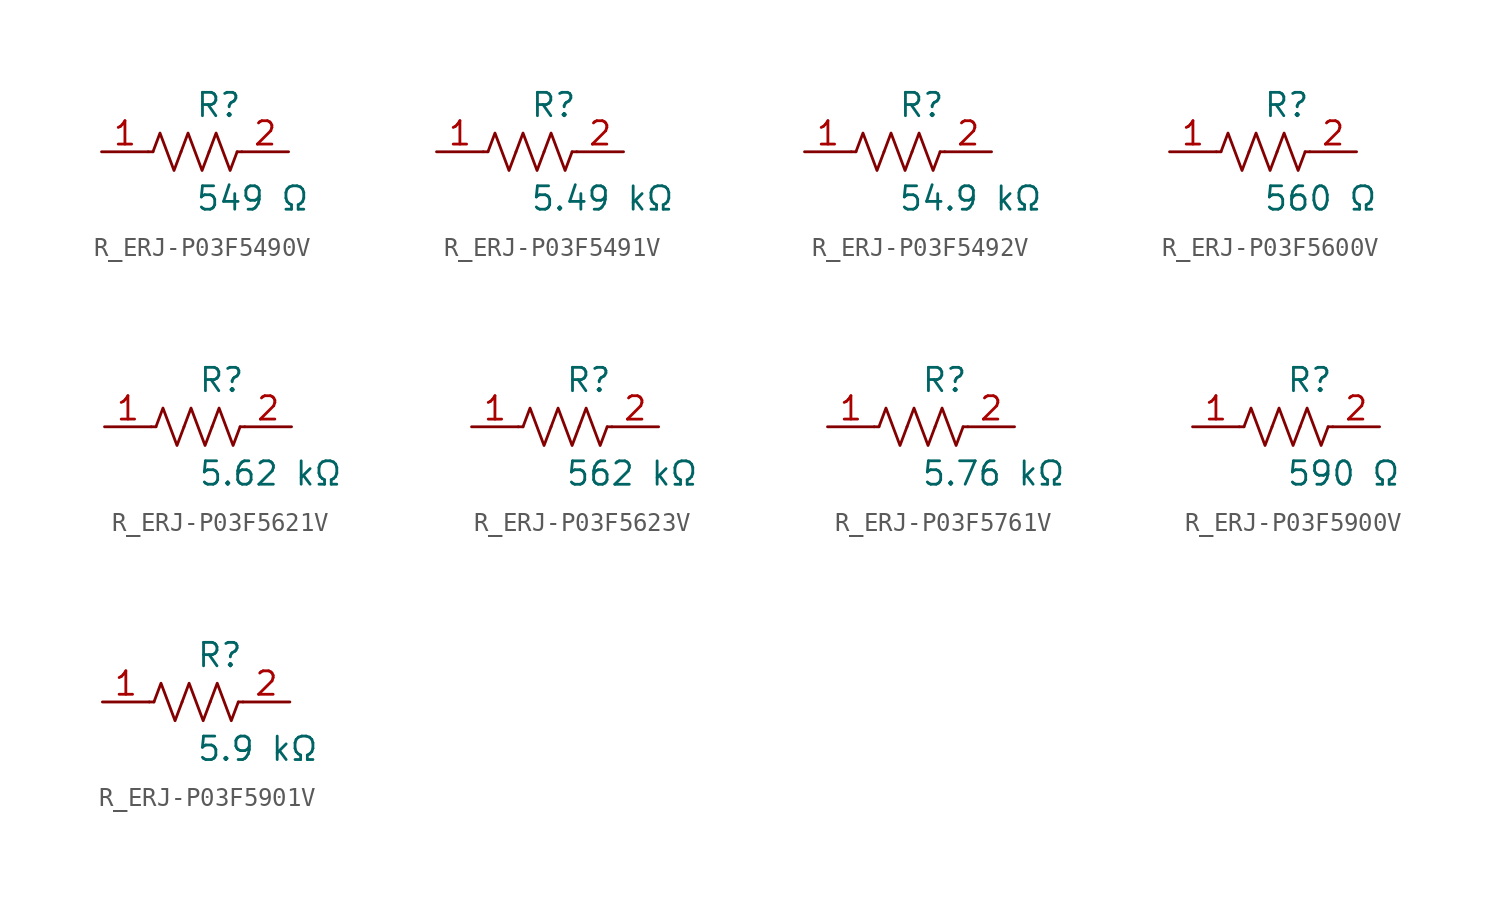
<source format=kicad_sym>
(kicad_symbol_lib
  (version 20231120)
  (generator kicad_symbol_editor)
  (generator_version 8.0)
  (symbol "R_ERJ-P03F5490V"
    (pin_names
      (offset 0.254))
    (property "Reference" "R"
      (at 0.0 2.54 0)
      (effects (font (size 1.27 1.27)) (justify left)))
    (property "Value" "549 Ω"
      (at 0.0 -2.54 0)
      (effects (font (size 1.27 1.27)) (justify left)))
    (symbol "R_ERJ-P03F5490V_0_1"
      (polyline (pts (xy 2.286 0) (xy 2.54 0)) (stroke (width 0) (type default)) (fill (type none)))
      (polyline (pts (xy -2.286 0) (xy -2.54 0)) (stroke (width 0) (type default)) (fill (type none)))
      (polyline (pts (xy 0.762 0) (xy 1.143 1.016) (xy 1.524 0) (xy 1.905 -1.016) (xy 2.286 0)) (stroke (width 0) (type default)) (fill (type none)))
      (polyline (pts (xy -0.762 0) (xy -0.381 1.016) (xy 0 0) (xy 0.381 -1.016) (xy 0.762 0)) (stroke (width 0) (type default)) (fill (type none)))
      (polyline (pts (xy -2.286 0) (xy -1.905 1.016) (xy -1.524 0) (xy -1.143 -1.016) (xy -0.762 0)) (stroke (width 0) (type default)) (fill (type none))))
    (pin unspecified line
      (at -5.08 0 0)
      (length 2.54)
      (name "" (effects (font (size 1.27 1.27))))
      (number "1" (effects (font (size 1.27 1.27)))))
    (pin unspecified line
      (at 5.08 0 180)
      (length 2.54)
      (name "" (effects (font (size 1.27 1.27))))
      (number "2" (effects (font (size 1.27 1.27))))))
  (symbol "R_ERJ-P03F5491V"
    (pin_names
      (offset 0.254))
    (property "Reference" "R"
      (at 0.0 2.54 0)
      (effects (font (size 1.27 1.27)) (justify left)))
    (property "Value" "5.49 kΩ"
      (at 0.0 -2.54 0)
      (effects (font (size 1.27 1.27)) (justify left)))
    (symbol "R_ERJ-P03F5491V_0_1"
      (polyline (pts (xy 2.286 0) (xy 2.54 0)) (stroke (width 0) (type default)) (fill (type none)))
      (polyline (pts (xy -2.286 0) (xy -2.54 0)) (stroke (width 0) (type default)) (fill (type none)))
      (polyline (pts (xy 0.762 0) (xy 1.143 1.016) (xy 1.524 0) (xy 1.905 -1.016) (xy 2.286 0)) (stroke (width 0) (type default)) (fill (type none)))
      (polyline (pts (xy -0.762 0) (xy -0.381 1.016) (xy 0 0) (xy 0.381 -1.016) (xy 0.762 0)) (stroke (width 0) (type default)) (fill (type none)))
      (polyline (pts (xy -2.286 0) (xy -1.905 1.016) (xy -1.524 0) (xy -1.143 -1.016) (xy -0.762 0)) (stroke (width 0) (type default)) (fill (type none))))
    (pin unspecified line
      (at -5.08 0 0)
      (length 2.54)
      (name "" (effects (font (size 1.27 1.27))))
      (number "1" (effects (font (size 1.27 1.27)))))
    (pin unspecified line
      (at 5.08 0 180)
      (length 2.54)
      (name "" (effects (font (size 1.27 1.27))))
      (number "2" (effects (font (size 1.27 1.27))))))
  (symbol "R_ERJ-P03F5492V"
    (pin_names
      (offset 0.254))
    (property "Reference" "R"
      (at 0.0 2.54 0)
      (effects (font (size 1.27 1.27)) (justify left)))
    (property "Value" "54.9 kΩ"
      (at 0.0 -2.54 0)
      (effects (font (size 1.27 1.27)) (justify left)))
    (symbol "R_ERJ-P03F5492V_0_1"
      (polyline (pts (xy 2.286 0) (xy 2.54 0)) (stroke (width 0) (type default)) (fill (type none)))
      (polyline (pts (xy -2.286 0) (xy -2.54 0)) (stroke (width 0) (type default)) (fill (type none)))
      (polyline (pts (xy 0.762 0) (xy 1.143 1.016) (xy 1.524 0) (xy 1.905 -1.016) (xy 2.286 0)) (stroke (width 0) (type default)) (fill (type none)))
      (polyline (pts (xy -0.762 0) (xy -0.381 1.016) (xy 0 0) (xy 0.381 -1.016) (xy 0.762 0)) (stroke (width 0) (type default)) (fill (type none)))
      (polyline (pts (xy -2.286 0) (xy -1.905 1.016) (xy -1.524 0) (xy -1.143 -1.016) (xy -0.762 0)) (stroke (width 0) (type default)) (fill (type none))))
    (pin unspecified line
      (at -5.08 0 0)
      (length 2.54)
      (name "" (effects (font (size 1.27 1.27))))
      (number "1" (effects (font (size 1.27 1.27)))))
    (pin unspecified line
      (at 5.08 0 180)
      (length 2.54)
      (name "" (effects (font (size 1.27 1.27))))
      (number "2" (effects (font (size 1.27 1.27))))))
  (symbol "R_ERJ-P03F5600V"
    (pin_names
      (offset 0.254))
    (property "Reference" "R"
      (at 0.0 2.54 0)
      (effects (font (size 1.27 1.27)) (justify left)))
    (property "Value" "560 Ω"
      (at 0.0 -2.54 0)
      (effects (font (size 1.27 1.27)) (justify left)))
    (symbol "R_ERJ-P03F5600V_0_1"
      (polyline (pts (xy 2.286 0) (xy 2.54 0)) (stroke (width 0) (type default)) (fill (type none)))
      (polyline (pts (xy -2.286 0) (xy -2.54 0)) (stroke (width 0) (type default)) (fill (type none)))
      (polyline (pts (xy 0.762 0) (xy 1.143 1.016) (xy 1.524 0) (xy 1.905 -1.016) (xy 2.286 0)) (stroke (width 0) (type default)) (fill (type none)))
      (polyline (pts (xy -0.762 0) (xy -0.381 1.016) (xy 0 0) (xy 0.381 -1.016) (xy 0.762 0)) (stroke (width 0) (type default)) (fill (type none)))
      (polyline (pts (xy -2.286 0) (xy -1.905 1.016) (xy -1.524 0) (xy -1.143 -1.016) (xy -0.762 0)) (stroke (width 0) (type default)) (fill (type none))))
    (pin unspecified line
      (at -5.08 0 0)
      (length 2.54)
      (name "" (effects (font (size 1.27 1.27))))
      (number "1" (effects (font (size 1.27 1.27)))))
    (pin unspecified line
      (at 5.08 0 180)
      (length 2.54)
      (name "" (effects (font (size 1.27 1.27))))
      (number "2" (effects (font (size 1.27 1.27))))))
  (symbol "R_ERJ-P03F5621V"
    (pin_names
      (offset 0.254))
    (property "Reference" "R"
      (at 0.0 2.54 0)
      (effects (font (size 1.27 1.27)) (justify left)))
    (property "Value" "5.62 kΩ"
      (at 0.0 -2.54 0)
      (effects (font (size 1.27 1.27)) (justify left)))
    (symbol "R_ERJ-P03F5621V_0_1"
      (polyline (pts (xy 2.286 0) (xy 2.54 0)) (stroke (width 0) (type default)) (fill (type none)))
      (polyline (pts (xy -2.286 0) (xy -2.54 0)) (stroke (width 0) (type default)) (fill (type none)))
      (polyline (pts (xy 0.762 0) (xy 1.143 1.016) (xy 1.524 0) (xy 1.905 -1.016) (xy 2.286 0)) (stroke (width 0) (type default)) (fill (type none)))
      (polyline (pts (xy -0.762 0) (xy -0.381 1.016) (xy 0 0) (xy 0.381 -1.016) (xy 0.762 0)) (stroke (width 0) (type default)) (fill (type none)))
      (polyline (pts (xy -2.286 0) (xy -1.905 1.016) (xy -1.524 0) (xy -1.143 -1.016) (xy -0.762 0)) (stroke (width 0) (type default)) (fill (type none))))
    (pin unspecified line
      (at -5.08 0 0)
      (length 2.54)
      (name "" (effects (font (size 1.27 1.27))))
      (number "1" (effects (font (size 1.27 1.27)))))
    (pin unspecified line
      (at 5.08 0 180)
      (length 2.54)
      (name "" (effects (font (size 1.27 1.27))))
      (number "2" (effects (font (size 1.27 1.27))))))
  (symbol "R_ERJ-P03F5623V"
    (pin_names
      (offset 0.254))
    (property "Reference" "R"
      (at 0.0 2.54 0)
      (effects (font (size 1.27 1.27)) (justify left)))
    (property "Value" "562 kΩ"
      (at 0.0 -2.54 0)
      (effects (font (size 1.27 1.27)) (justify left)))
    (symbol "R_ERJ-P03F5623V_0_1"
      (polyline (pts (xy 2.286 0) (xy 2.54 0)) (stroke (width 0) (type default)) (fill (type none)))
      (polyline (pts (xy -2.286 0) (xy -2.54 0)) (stroke (width 0) (type default)) (fill (type none)))
      (polyline (pts (xy 0.762 0) (xy 1.143 1.016) (xy 1.524 0) (xy 1.905 -1.016) (xy 2.286 0)) (stroke (width 0) (type default)) (fill (type none)))
      (polyline (pts (xy -0.762 0) (xy -0.381 1.016) (xy 0 0) (xy 0.381 -1.016) (xy 0.762 0)) (stroke (width 0) (type default)) (fill (type none)))
      (polyline (pts (xy -2.286 0) (xy -1.905 1.016) (xy -1.524 0) (xy -1.143 -1.016) (xy -0.762 0)) (stroke (width 0) (type default)) (fill (type none))))
    (pin unspecified line
      (at -5.08 0 0)
      (length 2.54)
      (name "" (effects (font (size 1.27 1.27))))
      (number "1" (effects (font (size 1.27 1.27)))))
    (pin unspecified line
      (at 5.08 0 180)
      (length 2.54)
      (name "" (effects (font (size 1.27 1.27))))
      (number "2" (effects (font (size 1.27 1.27))))))
  (symbol "R_ERJ-P03F5761V"
    (pin_names
      (offset 0.254))
    (property "Reference" "R"
      (at 0.0 2.54 0)
      (effects (font (size 1.27 1.27)) (justify left)))
    (property "Value" "5.76 kΩ"
      (at 0.0 -2.54 0)
      (effects (font (size 1.27 1.27)) (justify left)))
    (symbol "R_ERJ-P03F5761V_0_1"
      (polyline (pts (xy 2.286 0) (xy 2.54 0)) (stroke (width 0) (type default)) (fill (type none)))
      (polyline (pts (xy -2.286 0) (xy -2.54 0)) (stroke (width 0) (type default)) (fill (type none)))
      (polyline (pts (xy 0.762 0) (xy 1.143 1.016) (xy 1.524 0) (xy 1.905 -1.016) (xy 2.286 0)) (stroke (width 0) (type default)) (fill (type none)))
      (polyline (pts (xy -0.762 0) (xy -0.381 1.016) (xy 0 0) (xy 0.381 -1.016) (xy 0.762 0)) (stroke (width 0) (type default)) (fill (type none)))
      (polyline (pts (xy -2.286 0) (xy -1.905 1.016) (xy -1.524 0) (xy -1.143 -1.016) (xy -0.762 0)) (stroke (width 0) (type default)) (fill (type none))))
    (pin unspecified line
      (at -5.08 0 0)
      (length 2.54)
      (name "" (effects (font (size 1.27 1.27))))
      (number "1" (effects (font (size 1.27 1.27)))))
    (pin unspecified line
      (at 5.08 0 180)
      (length 2.54)
      (name "" (effects (font (size 1.27 1.27))))
      (number "2" (effects (font (size 1.27 1.27))))))
  (symbol "R_ERJ-P03F5900V"
    (pin_names
      (offset 0.254))
    (property "Reference" "R"
      (at 0.0 2.54 0)
      (effects (font (size 1.27 1.27)) (justify left)))
    (property "Value" "590 Ω"
      (at 0.0 -2.54 0)
      (effects (font (size 1.27 1.27)) (justify left)))
    (symbol "R_ERJ-P03F5900V_0_1"
      (polyline (pts (xy 2.286 0) (xy 2.54 0)) (stroke (width 0) (type default)) (fill (type none)))
      (polyline (pts (xy -2.286 0) (xy -2.54 0)) (stroke (width 0) (type default)) (fill (type none)))
      (polyline (pts (xy 0.762 0) (xy 1.143 1.016) (xy 1.524 0) (xy 1.905 -1.016) (xy 2.286 0)) (stroke (width 0) (type default)) (fill (type none)))
      (polyline (pts (xy -0.762 0) (xy -0.381 1.016) (xy 0 0) (xy 0.381 -1.016) (xy 0.762 0)) (stroke (width 0) (type default)) (fill (type none)))
      (polyline (pts (xy -2.286 0) (xy -1.905 1.016) (xy -1.524 0) (xy -1.143 -1.016) (xy -0.762 0)) (stroke (width 0) (type default)) (fill (type none))))
    (pin unspecified line
      (at -5.08 0 0)
      (length 2.54)
      (name "" (effects (font (size 1.27 1.27))))
      (number "1" (effects (font (size 1.27 1.27)))))
    (pin unspecified line
      (at 5.08 0 180)
      (length 2.54)
      (name "" (effects (font (size 1.27 1.27))))
      (number "2" (effects (font (size 1.27 1.27))))))
  (symbol "R_ERJ-P03F5901V"
    (pin_names
      (offset 0.254))
    (property "Reference" "R"
      (at 0.0 2.54 0)
      (effects (font (size 1.27 1.27)) (justify left)))
    (property "Value" "5.9 kΩ"
      (at 0.0 -2.54 0)
      (effects (font (size 1.27 1.27)) (justify left)))
    (symbol "R_ERJ-P03F5901V_0_1"
      (polyline (pts (xy 2.286 0) (xy 2.54 0)) (stroke (width 0) (type default)) (fill (type none)))
      (polyline (pts (xy -2.286 0) (xy -2.54 0)) (stroke (width 0) (type default)) (fill (type none)))
      (polyline (pts (xy 0.762 0) (xy 1.143 1.016) (xy 1.524 0) (xy 1.905 -1.016) (xy 2.286 0)) (stroke (width 0) (type default)) (fill (type none)))
      (polyline (pts (xy -0.762 0) (xy -0.381 1.016) (xy 0 0) (xy 0.381 -1.016) (xy 0.762 0)) (stroke (width 0) (type default)) (fill (type none)))
      (polyline (pts (xy -2.286 0) (xy -1.905 1.016) (xy -1.524 0) (xy -1.143 -1.016) (xy -0.762 0)) (stroke (width 0) (type default)) (fill (type none))))
    (pin unspecified line
      (at -5.08 0 0)
      (length 2.54)
      (name "" (effects (font (size 1.27 1.27))))
      (number "1" (effects (font (size 1.27 1.27)))))
    (pin unspecified line
      (at 5.08 0 180)
      (length 2.54)
      (name "" (effects (font (size 1.27 1.27))))
      (number "2" (effects (font (size 1.27 1.27)))))))
</source>
